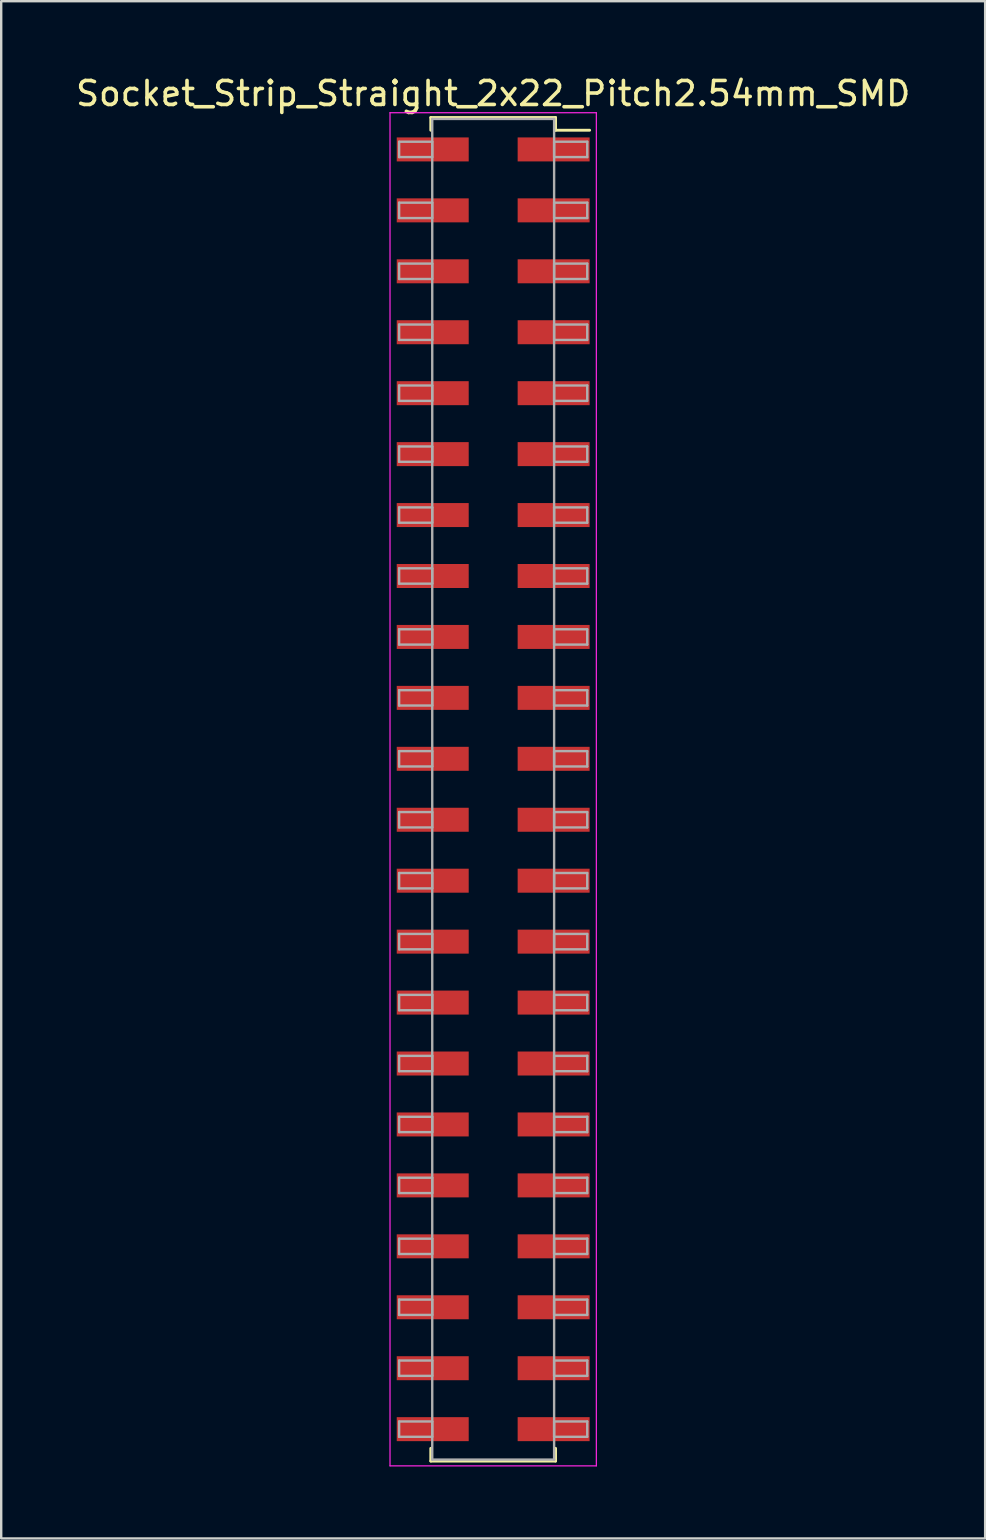
<source format=kicad_pcb>
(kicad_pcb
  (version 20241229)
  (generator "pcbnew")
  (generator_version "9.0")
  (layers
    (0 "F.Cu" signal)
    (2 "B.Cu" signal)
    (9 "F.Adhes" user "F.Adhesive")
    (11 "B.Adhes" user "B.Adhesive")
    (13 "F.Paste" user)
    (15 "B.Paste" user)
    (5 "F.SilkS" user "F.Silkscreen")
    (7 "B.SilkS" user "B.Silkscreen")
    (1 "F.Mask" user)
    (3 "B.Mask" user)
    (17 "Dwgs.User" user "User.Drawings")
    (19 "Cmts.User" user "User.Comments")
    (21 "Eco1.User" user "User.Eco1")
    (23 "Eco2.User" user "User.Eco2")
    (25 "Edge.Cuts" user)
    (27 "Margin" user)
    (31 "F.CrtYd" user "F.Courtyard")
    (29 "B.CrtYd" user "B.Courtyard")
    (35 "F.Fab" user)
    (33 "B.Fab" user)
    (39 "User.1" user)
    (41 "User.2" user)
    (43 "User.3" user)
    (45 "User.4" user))
  (footprint "Socket_Strip_Straight_2x22_Pitch2.54mm_SMD"
    (layer "F.Cu")
    (at 17.506 29.848)
    (property "Reference" "Socket_Strip_Straight_2x22_Pitch2.54mm_SMD" (at 0 -29 0) (layer "F.SilkS") (effects (font (size 1 1) (thickness 0.15))))
    (attr smd)
    (fp_line (start -2.6 -28) (end 2.6 -28) (stroke (width 0.12) (type solid)) (layer "F.SilkS"))
    (fp_line (start -2.6 -27.47) (end -2.6 -28) (stroke (width 0.12) (type solid)) (layer "F.SilkS"))
    (fp_line (start -2.6 27.47) (end -2.6 28) (stroke (width 0.12) (type solid)) (layer "F.SilkS"))
    (fp_line (start -2.6 28) (end 2.6 28) (stroke (width 0.12) (type solid)) (layer "F.SilkS"))
    (fp_line (start 2.6 -28) (end 2.6 -27.47) (stroke (width 0.12) (type solid)) (layer "F.SilkS"))
    (fp_line (start 2.6 28) (end 2.6 27.47) (stroke (width 0.12) (type solid)) (layer "F.SilkS"))
    (fp_line (start 4.02 -27.47) (end 2.6 -27.47) (stroke (width 0.12) (type solid)) (layer "F.SilkS"))
    (fp_line (start -4.3 -28.2) (end -4.3 28.2) (stroke (width 0.05) (type solid)) (layer "F.CrtYd"))
    (fp_line (start -4.3 28.2) (end 4.3 28.2) (stroke (width 0.05) (type solid)) (layer "F.CrtYd"))
    (fp_line (start 4.3 -28.2) (end -4.3 -28.2) (stroke (width 0.05) (type solid)) (layer "F.CrtYd"))
    (fp_line (start 4.3 28.2) (end 4.3 -28.2) (stroke (width 0.05) (type solid)) (layer "F.CrtYd"))
    (fp_line (start -3.92 -26.99) (end -2.54 -26.99) (stroke (width 0.1) (type solid)) (layer "F.Fab"))
    (fp_line (start -3.92 -26.35) (end -3.92 -26.99) (stroke (width 0.1) (type solid)) (layer "F.Fab"))
    (fp_line (start -3.92 -24.45) (end -2.54 -24.45) (stroke (width 0.1) (type solid)) (layer "F.Fab"))
    (fp_line (start -3.92 -23.81) (end -3.92 -24.45) (stroke (width 0.1) (type solid)) (layer "F.Fab"))
    (fp_line (start -3.92 -21.91) (end -2.54 -21.91) (stroke (width 0.1) (type solid)) (layer "F.Fab"))
    (fp_line (start -3.92 -21.27) (end -3.92 -21.91) (stroke (width 0.1) (type solid)) (layer "F.Fab"))
    (fp_line (start -3.92 -19.37) (end -2.54 -19.37) (stroke (width 0.1) (type solid)) (layer "F.Fab"))
    (fp_line (start -3.92 -18.73) (end -3.92 -19.37) (stroke (width 0.1) (type solid)) (layer "F.Fab"))
    (fp_line (start -3.92 -16.83) (end -2.54 -16.83) (stroke (width 0.1) (type solid)) (layer "F.Fab"))
    (fp_line (start -3.92 -16.19) (end -3.92 -16.83) (stroke (width 0.1) (type solid)) (layer "F.Fab"))
    (fp_line (start -3.92 -14.29) (end -2.54 -14.29) (stroke (width 0.1) (type solid)) (layer "F.Fab"))
    (fp_line (start -3.92 -13.65) (end -3.92 -14.29) (stroke (width 0.1) (type solid)) (layer "F.Fab"))
    (fp_line (start -3.92 -11.75) (end -2.54 -11.75) (stroke (width 0.1) (type solid)) (layer "F.Fab"))
    (fp_line (start -3.92 -11.11) (end -3.92 -11.75) (stroke (width 0.1) (type solid)) (layer "F.Fab"))
    (fp_line (start -3.92 -9.21) (end -2.54 -9.21) (stroke (width 0.1) (type solid)) (layer "F.Fab"))
    (fp_line (start -3.92 -8.57) (end -3.92 -9.21) (stroke (width 0.1) (type solid)) (layer "F.Fab"))
    (fp_line (start -3.92 -6.67) (end -2.54 -6.67) (stroke (width 0.1) (type solid)) (layer "F.Fab"))
    (fp_line (start -3.92 -6.03) (end -3.92 -6.67) (stroke (width 0.1) (type solid)) (layer "F.Fab"))
    (fp_line (start -3.92 -4.13) (end -2.54 -4.13) (stroke (width 0.1) (type solid)) (layer "F.Fab"))
    (fp_line (start -3.92 -3.49) (end -3.92 -4.13) (stroke (width 0.1) (type solid)) (layer "F.Fab"))
    (fp_line (start -3.92 -1.59) (end -2.54 -1.59) (stroke (width 0.1) (type solid)) (layer "F.Fab"))
    (fp_line (start -3.92 -0.95) (end -3.92 -1.59) (stroke (width 0.1) (type solid)) (layer "F.Fab"))
    (fp_line (start -3.92 0.95) (end -2.54 0.95) (stroke (width 0.1) (type solid)) (layer "F.Fab"))
    (fp_line (start -3.92 1.59) (end -3.92 0.95) (stroke (width 0.1) (type solid)) (layer "F.Fab"))
    (fp_line (start -3.92 3.49) (end -2.54 3.49) (stroke (width 0.1) (type solid)) (layer "F.Fab"))
    (fp_line (start -3.92 4.13) (end -3.92 3.49) (stroke (width 0.1) (type solid)) (layer "F.Fab"))
    (fp_line (start -3.92 6.03) (end -2.54 6.03) (stroke (width 0.1) (type solid)) (layer "F.Fab"))
    (fp_line (start -3.92 6.67) (end -3.92 6.03) (stroke (width 0.1) (type solid)) (layer "F.Fab"))
    (fp_line (start -3.92 8.57) (end -2.54 8.57) (stroke (width 0.1) (type solid)) (layer "F.Fab"))
    (fp_line (start -3.92 9.21) (end -3.92 8.57) (stroke (width 0.1) (type solid)) (layer "F.Fab"))
    (fp_line (start -3.92 11.11) (end -2.54 11.11) (stroke (width 0.1) (type solid)) (layer "F.Fab"))
    (fp_line (start -3.92 11.75) (end -3.92 11.11) (stroke (width 0.1) (type solid)) (layer "F.Fab"))
    (fp_line (start -3.92 13.65) (end -2.54 13.65) (stroke (width 0.1) (type solid)) (layer "F.Fab"))
    (fp_line (start -3.92 14.29) (end -3.92 13.65) (stroke (width 0.1) (type solid)) (layer "F.Fab"))
    (fp_line (start -3.92 16.19) (end -2.54 16.19) (stroke (width 0.1) (type solid)) (layer "F.Fab"))
    (fp_line (start -3.92 16.83) (end -3.92 16.19) (stroke (width 0.1) (type solid)) (layer "F.Fab"))
    (fp_line (start -3.92 18.73) (end -2.54 18.73) (stroke (width 0.1) (type solid)) (layer "F.Fab"))
    (fp_line (start -3.92 19.37) (end -3.92 18.73) (stroke (width 0.1) (type solid)) (layer "F.Fab"))
    (fp_line (start -3.92 21.27) (end -2.54 21.27) (stroke (width 0.1) (type solid)) (layer "F.Fab"))
    (fp_line (start -3.92 21.91) (end -3.92 21.27) (stroke (width 0.1) (type solid)) (layer "F.Fab"))
    (fp_line (start -3.92 23.81) (end -2.54 23.81) (stroke (width 0.1) (type solid)) (layer "F.Fab"))
    (fp_line (start -3.92 24.45) (end -3.92 23.81) (stroke (width 0.1) (type solid)) (layer "F.Fab"))
    (fp_line (start -3.92 26.35) (end -2.54 26.35) (stroke (width 0.1) (type solid)) (layer "F.Fab"))
    (fp_line (start -3.92 26.99) (end -3.92 26.35) (stroke (width 0.1) (type solid)) (layer "F.Fab"))
    (fp_line (start -2.54 -27.94) (end -2.54 27.94) (stroke (width 0.1) (type solid)) (layer "F.Fab"))
    (fp_line (start -2.54 -26.99) (end -2.54 -26.35) (stroke (width 0.1) (type solid)) (layer "F.Fab"))
    (fp_line (start -2.54 -26.35) (end -3.92 -26.35) (stroke (width 0.1) (type solid)) (layer "F.Fab"))
    (fp_line (start -2.54 -24.45) (end -2.54 -23.81) (stroke (width 0.1) (type solid)) (layer "F.Fab"))
    (fp_line (start -2.54 -23.81) (end -3.92 -23.81) (stroke (width 0.1) (type solid)) (layer "F.Fab"))
    (fp_line (start -2.54 -21.91) (end -2.54 -21.27) (stroke (width 0.1) (type solid)) (layer "F.Fab"))
    (fp_line (start -2.54 -21.27) (end -3.92 -21.27) (stroke (width 0.1) (type solid)) (layer "F.Fab"))
    (fp_line (start -2.54 -19.37) (end -2.54 -18.73) (stroke (width 0.1) (type solid)) (layer "F.Fab"))
    (fp_line (start -2.54 -18.73) (end -3.92 -18.73) (stroke (width 0.1) (type solid)) (layer "F.Fab"))
    (fp_line (start -2.54 -16.83) (end -2.54 -16.19) (stroke (width 0.1) (type solid)) (layer "F.Fab"))
    (fp_line (start -2.54 -16.19) (end -3.92 -16.19) (stroke (width 0.1) (type solid)) (layer "F.Fab"))
    (fp_line (start -2.54 -14.29) (end -2.54 -13.65) (stroke (width 0.1) (type solid)) (layer "F.Fab"))
    (fp_line (start -2.54 -13.65) (end -3.92 -13.65) (stroke (width 0.1) (type solid)) (layer "F.Fab"))
    (fp_line (start -2.54 -11.75) (end -2.54 -11.11) (stroke (width 0.1) (type solid)) (layer "F.Fab"))
    (fp_line (start -2.54 -11.11) (end -3.92 -11.11) (stroke (width 0.1) (type solid)) (layer "F.Fab"))
    (fp_line (start -2.54 -9.21) (end -2.54 -8.57) (stroke (width 0.1) (type solid)) (layer "F.Fab"))
    (fp_line (start -2.54 -8.57) (end -3.92 -8.57) (stroke (width 0.1) (type solid)) (layer "F.Fab"))
    (fp_line (start -2.54 -6.67) (end -2.54 -6.03) (stroke (width 0.1) (type solid)) (layer "F.Fab"))
    (fp_line (start -2.54 -6.03) (end -3.92 -6.03) (stroke (width 0.1) (type solid)) (layer "F.Fab"))
    (fp_line (start -2.54 -4.13) (end -2.54 -3.49) (stroke (width 0.1) (type solid)) (layer "F.Fab"))
    (fp_line (start -2.54 -3.49) (end -3.92 -3.49) (stroke (width 0.1) (type solid)) (layer "F.Fab"))
    (fp_line (start -2.54 -1.59) (end -2.54 -0.95) (stroke (width 0.1) (type solid)) (layer "F.Fab"))
    (fp_line (start -2.54 -0.95) (end -3.92 -0.95) (stroke (width 0.1) (type solid)) (layer "F.Fab"))
    (fp_line (start -2.54 0.95) (end -2.54 1.59) (stroke (width 0.1) (type solid)) (layer "F.Fab"))
    (fp_line (start -2.54 1.59) (end -3.92 1.59) (stroke (width 0.1) (type solid)) (layer "F.Fab"))
    (fp_line (start -2.54 3.49) (end -2.54 4.13) (stroke (width 0.1) (type solid)) (layer "F.Fab"))
    (fp_line (start -2.54 4.13) (end -3.92 4.13) (stroke (width 0.1) (type solid)) (layer "F.Fab"))
    (fp_line (start -2.54 6.03) (end -2.54 6.67) (stroke (width 0.1) (type solid)) (layer "F.Fab"))
    (fp_line (start -2.54 6.67) (end -3.92 6.67) (stroke (width 0.1) (type solid)) (layer "F.Fab"))
    (fp_line (start -2.54 8.57) (end -2.54 9.21) (stroke (width 0.1) (type solid)) (layer "F.Fab"))
    (fp_line (start -2.54 9.21) (end -3.92 9.21) (stroke (width 0.1) (type solid)) (layer "F.Fab"))
    (fp_line (start -2.54 11.11) (end -2.54 11.75) (stroke (width 0.1) (type solid)) (layer "F.Fab"))
    (fp_line (start -2.54 11.75) (end -3.92 11.75) (stroke (width 0.1) (type solid)) (layer "F.Fab"))
    (fp_line (start -2.54 13.65) (end -2.54 14.29) (stroke (width 0.1) (type solid)) (layer "F.Fab"))
    (fp_line (start -2.54 14.29) (end -3.92 14.29) (stroke (width 0.1) (type solid)) (layer "F.Fab"))
    (fp_line (start -2.54 16.19) (end -2.54 16.83) (stroke (width 0.1) (type solid)) (layer "F.Fab"))
    (fp_line (start -2.54 16.83) (end -3.92 16.83) (stroke (width 0.1) (type solid)) (layer "F.Fab"))
    (fp_line (start -2.54 18.73) (end -2.54 19.37) (stroke (width 0.1) (type solid)) (layer "F.Fab"))
    (fp_line (start -2.54 19.37) (end -3.92 19.37) (stroke (width 0.1) (type solid)) (layer "F.Fab"))
    (fp_line (start -2.54 21.27) (end -2.54 21.91) (stroke (width 0.1) (type solid)) (layer "F.Fab"))
    (fp_line (start -2.54 21.91) (end -3.92 21.91) (stroke (width 0.1) (type solid)) (layer "F.Fab"))
    (fp_line (start -2.54 23.81) (end -2.54 24.45) (stroke (width 0.1) (type solid)) (layer "F.Fab"))
    (fp_line (start -2.54 24.45) (end -3.92 24.45) (stroke (width 0.1) (type solid)) (layer "F.Fab"))
    (fp_line (start -2.54 26.35) (end -2.54 26.99) (stroke (width 0.1) (type solid)) (layer "F.Fab"))
    (fp_line (start -2.54 26.99) (end -3.92 26.99) (stroke (width 0.1) (type solid)) (layer "F.Fab"))
    (fp_line (start -2.54 27.94) (end 2.54 27.94) (stroke (width 0.1) (type solid)) (layer "F.Fab"))
    (fp_line (start 2.54 -27.94) (end -2.54 -27.94) (stroke (width 0.1) (type solid)) (layer "F.Fab"))
    (fp_line (start 2.54 -26.99) (end 2.54 -26.35) (stroke (width 0.1) (type solid)) (layer "F.Fab"))
    (fp_line (start 2.54 -26.35) (end 3.92 -26.35) (stroke (width 0.1) (type solid)) (layer "F.Fab"))
    (fp_line (start 2.54 -24.45) (end 2.54 -23.81) (stroke (width 0.1) (type solid)) (layer "F.Fab"))
    (fp_line (start 2.54 -23.81) (end 3.92 -23.81) (stroke (width 0.1) (type solid)) (layer "F.Fab"))
    (fp_line (start 2.54 -21.91) (end 2.54 -21.27) (stroke (width 0.1) (type solid)) (layer "F.Fab"))
    (fp_line (start 2.54 -21.27) (end 3.92 -21.27) (stroke (width 0.1) (type solid)) (layer "F.Fab"))
    (fp_line (start 2.54 -19.37) (end 2.54 -18.73) (stroke (width 0.1) (type solid)) (layer "F.Fab"))
    (fp_line (start 2.54 -18.73) (end 3.92 -18.73) (stroke (width 0.1) (type solid)) (layer "F.Fab"))
    (fp_line (start 2.54 -16.83) (end 2.54 -16.19) (stroke (width 0.1) (type solid)) (layer "F.Fab"))
    (fp_line (start 2.54 -16.19) (end 3.92 -16.19) (stroke (width 0.1) (type solid)) (layer "F.Fab"))
    (fp_line (start 2.54 -14.29) (end 2.54 -13.65) (stroke (width 0.1) (type solid)) (layer "F.Fab"))
    (fp_line (start 2.54 -13.65) (end 3.92 -13.65) (stroke (width 0.1) (type solid)) (layer "F.Fab"))
    (fp_line (start 2.54 -11.75) (end 2.54 -11.11) (stroke (width 0.1) (type solid)) (layer "F.Fab"))
    (fp_line (start 2.54 -11.11) (end 3.92 -11.11) (stroke (width 0.1) (type solid)) (layer "F.Fab"))
    (fp_line (start 2.54 -9.21) (end 2.54 -8.57) (stroke (width 0.1) (type solid)) (layer "F.Fab"))
    (fp_line (start 2.54 -8.57) (end 3.92 -8.57) (stroke (width 0.1) (type solid)) (layer "F.Fab"))
    (fp_line (start 2.54 -6.67) (end 2.54 -6.03) (stroke (width 0.1) (type solid)) (layer "F.Fab"))
    (fp_line (start 2.54 -6.03) (end 3.92 -6.03) (stroke (width 0.1) (type solid)) (layer "F.Fab"))
    (fp_line (start 2.54 -4.13) (end 2.54 -3.49) (stroke (width 0.1) (type solid)) (layer "F.Fab"))
    (fp_line (start 2.54 -3.49) (end 3.92 -3.49) (stroke (width 0.1) (type solid)) (layer "F.Fab"))
    (fp_line (start 2.54 -1.59) (end 2.54 -0.95) (stroke (width 0.1) (type solid)) (layer "F.Fab"))
    (fp_line (start 2.54 -0.95) (end 3.92 -0.95) (stroke (width 0.1) (type solid)) (layer "F.Fab"))
    (fp_line (start 2.54 0.95) (end 2.54 1.59) (stroke (width 0.1) (type solid)) (layer "F.Fab"))
    (fp_line (start 2.54 1.59) (end 3.92 1.59) (stroke (width 0.1) (type solid)) (layer "F.Fab"))
    (fp_line (start 2.54 3.49) (end 2.54 4.13) (stroke (width 0.1) (type solid)) (layer "F.Fab"))
    (fp_line (start 2.54 4.13) (end 3.92 4.13) (stroke (width 0.1) (type solid)) (layer "F.Fab"))
    (fp_line (start 2.54 6.03) (end 2.54 6.67) (stroke (width 0.1) (type solid)) (layer "F.Fab"))
    (fp_line (start 2.54 6.67) (end 3.92 6.67) (stroke (width 0.1) (type solid)) (layer "F.Fab"))
    (fp_line (start 2.54 8.57) (end 2.54 9.21) (stroke (width 0.1) (type solid)) (layer "F.Fab"))
    (fp_line (start 2.54 9.21) (end 3.92 9.21) (stroke (width 0.1) (type solid)) (layer "F.Fab"))
    (fp_line (start 2.54 11.11) (end 2.54 11.75) (stroke (width 0.1) (type solid)) (layer "F.Fab"))
    (fp_line (start 2.54 11.75) (end 3.92 11.75) (stroke (width 0.1) (type solid)) (layer "F.Fab"))
    (fp_line (start 2.54 13.65) (end 2.54 14.29) (stroke (width 0.1) (type solid)) (layer "F.Fab"))
    (fp_line (start 2.54 14.29) (end 3.92 14.29) (stroke (width 0.1) (type solid)) (layer "F.Fab"))
    (fp_line (start 2.54 16.19) (end 2.54 16.83) (stroke (width 0.1) (type solid)) (layer "F.Fab"))
    (fp_line (start 2.54 16.83) (end 3.92 16.83) (stroke (width 0.1) (type solid)) (layer "F.Fab"))
    (fp_line (start 2.54 18.73) (end 2.54 19.37) (stroke (width 0.1) (type solid)) (layer "F.Fab"))
    (fp_line (start 2.54 19.37) (end 3.92 19.37) (stroke (width 0.1) (type solid)) (layer "F.Fab"))
    (fp_line (start 2.54 21.27) (end 2.54 21.91) (stroke (width 0.1) (type solid)) (layer "F.Fab"))
    (fp_line (start 2.54 21.91) (end 3.92 21.91) (stroke (width 0.1) (type solid)) (layer "F.Fab"))
    (fp_line (start 2.54 23.81) (end 2.54 24.45) (stroke (width 0.1) (type solid)) (layer "F.Fab"))
    (fp_line (start 2.54 24.45) (end 3.92 24.45) (stroke (width 0.1) (type solid)) (layer "F.Fab"))
    (fp_line (start 2.54 26.35) (end 2.54 26.99) (stroke (width 0.1) (type solid)) (layer "F.Fab"))
    (fp_line (start 2.54 26.99) (end 3.92 26.99) (stroke (width 0.1) (type solid)) (layer "F.Fab"))
    (fp_line (start 2.54 27.94) (end 2.54 -27.94) (stroke (width 0.1) (type solid)) (layer "F.Fab"))
    (fp_line (start 3.92 -26.99) (end 2.54 -26.99) (stroke (width 0.1) (type solid)) (layer "F.Fab"))
    (fp_line (start 3.92 -26.35) (end 3.92 -26.99) (stroke (width 0.1) (type solid)) (layer "F.Fab"))
    (fp_line (start 3.92 -24.45) (end 2.54 -24.45) (stroke (width 0.1) (type solid)) (layer "F.Fab"))
    (fp_line (start 3.92 -23.81) (end 3.92 -24.45) (stroke (width 0.1) (type solid)) (layer "F.Fab"))
    (fp_line (start 3.92 -21.91) (end 2.54 -21.91) (stroke (width 0.1) (type solid)) (layer "F.Fab"))
    (fp_line (start 3.92 -21.27) (end 3.92 -21.91) (stroke (width 0.1) (type solid)) (layer "F.Fab"))
    (fp_line (start 3.92 -19.37) (end 2.54 -19.37) (stroke (width 0.1) (type solid)) (layer "F.Fab"))
    (fp_line (start 3.92 -18.73) (end 3.92 -19.37) (stroke (width 0.1) (type solid)) (layer "F.Fab"))
    (fp_line (start 3.92 -16.83) (end 2.54 -16.83) (stroke (width 0.1) (type solid)) (layer "F.Fab"))
    (fp_line (start 3.92 -16.19) (end 3.92 -16.83) (stroke (width 0.1) (type solid)) (layer "F.Fab"))
    (fp_line (start 3.92 -14.29) (end 2.54 -14.29) (stroke (width 0.1) (type solid)) (layer "F.Fab"))
    (fp_line (start 3.92 -13.65) (end 3.92 -14.29) (stroke (width 0.1) (type solid)) (layer "F.Fab"))
    (fp_line (start 3.92 -11.75) (end 2.54 -11.75) (stroke (width 0.1) (type solid)) (layer "F.Fab"))
    (fp_line (start 3.92 -11.11) (end 3.92 -11.75) (stroke (width 0.1) (type solid)) (layer "F.Fab"))
    (fp_line (start 3.92 -9.21) (end 2.54 -9.21) (stroke (width 0.1) (type solid)) (layer "F.Fab"))
    (fp_line (start 3.92 -8.57) (end 3.92 -9.21) (stroke (width 0.1) (type solid)) (layer "F.Fab"))
    (fp_line (start 3.92 -6.67) (end 2.54 -6.67) (stroke (width 0.1) (type solid)) (layer "F.Fab"))
    (fp_line (start 3.92 -6.03) (end 3.92 -6.67) (stroke (width 0.1) (type solid)) (layer "F.Fab"))
    (fp_line (start 3.92 -4.13) (end 2.54 -4.13) (stroke (width 0.1) (type solid)) (layer "F.Fab"))
    (fp_line (start 3.92 -3.49) (end 3.92 -4.13) (stroke (width 0.1) (type solid)) (layer "F.Fab"))
    (fp_line (start 3.92 -1.59) (end 2.54 -1.59) (stroke (width 0.1) (type solid)) (layer "F.Fab"))
    (fp_line (start 3.92 -0.95) (end 3.92 -1.59) (stroke (width 0.1) (type solid)) (layer "F.Fab"))
    (fp_line (start 3.92 0.95) (end 2.54 0.95) (stroke (width 0.1) (type solid)) (layer "F.Fab"))
    (fp_line (start 3.92 1.59) (end 3.92 0.95) (stroke (width 0.1) (type solid)) (layer "F.Fab"))
    (fp_line (start 3.92 3.49) (end 2.54 3.49) (stroke (width 0.1) (type solid)) (layer "F.Fab"))
    (fp_line (start 3.92 4.13) (end 3.92 3.49) (stroke (width 0.1) (type solid)) (layer "F.Fab"))
    (fp_line (start 3.92 6.03) (end 2.54 6.03) (stroke (width 0.1) (type solid)) (layer "F.Fab"))
    (fp_line (start 3.92 6.67) (end 3.92 6.03) (stroke (width 0.1) (type solid)) (layer "F.Fab"))
    (fp_line (start 3.92 8.57) (end 2.54 8.57) (stroke (width 0.1) (type solid)) (layer "F.Fab"))
    (fp_line (start 3.92 9.21) (end 3.92 8.57) (stroke (width 0.1) (type solid)) (layer "F.Fab"))
    (fp_line (start 3.92 11.11) (end 2.54 11.11) (stroke (width 0.1) (type solid)) (layer "F.Fab"))
    (fp_line (start 3.92 11.75) (end 3.92 11.11) (stroke (width 0.1) (type solid)) (layer "F.Fab"))
    (fp_line (start 3.92 13.65) (end 2.54 13.65) (stroke (width 0.1) (type solid)) (layer "F.Fab"))
    (fp_line (start 3.92 14.29) (end 3.92 13.65) (stroke (width 0.1) (type solid)) (layer "F.Fab"))
    (fp_line (start 3.92 16.19) (end 2.54 16.19) (stroke (width 0.1) (type solid)) (layer "F.Fab"))
    (fp_line (start 3.92 16.83) (end 3.92 16.19) (stroke (width 0.1) (type solid)) (layer "F.Fab"))
    (fp_line (start 3.92 18.73) (end 2.54 18.73) (stroke (width 0.1) (type solid)) (layer "F.Fab"))
    (fp_line (start 3.92 19.37) (end 3.92 18.73) (stroke (width 0.1) (type solid)) (layer "F.Fab"))
    (fp_line (start 3.92 21.27) (end 2.54 21.27) (stroke (width 0.1) (type solid)) (layer "F.Fab"))
    (fp_line (start 3.92 21.91) (end 3.92 21.27) (stroke (width 0.1) (type solid)) (layer "F.Fab"))
    (fp_line (start 3.92 23.81) (end 2.54 23.81) (stroke (width 0.1) (type solid)) (layer "F.Fab"))
    (fp_line (start 3.92 24.45) (end 3.92 23.81) (stroke (width 0.1) (type solid)) (layer "F.Fab"))
    (fp_line (start 3.92 26.35) (end 2.54 26.35) (stroke (width 0.1) (type solid)) (layer "F.Fab"))
    (fp_line (start 3.92 26.99) (end 3.92 26.35) (stroke (width 0.1) (type solid)) (layer "F.Fab"))
    (pad "1" smd rect (at 2.52 -26.67) (size 3 1) (layers "F.Cu" "F.Mask"))
    (pad "2" smd rect (at -2.52 -26.67) (size 3 1) (layers "F.Cu" "F.Mask"))
    (pad "3" smd rect (at 2.52 -24.13) (size 3 1) (layers "F.Cu" "F.Mask"))
    (pad "4" smd rect (at -2.52 -24.13) (size 3 1) (layers "F.Cu" "F.Mask"))
    (pad "5" smd rect (at 2.52 -21.59) (size 3 1) (layers "F.Cu" "F.Mask"))
    (pad "6" smd rect (at -2.52 -21.59) (size 3 1) (layers "F.Cu" "F.Mask"))
    (pad "7" smd rect (at 2.52 -19.05) (size 3 1) (layers "F.Cu" "F.Mask"))
    (pad "8" smd rect (at -2.52 -19.05) (size 3 1) (layers "F.Cu" "F.Mask"))
    (pad "9" smd rect (at 2.52 -16.51) (size 3 1) (layers "F.Cu" "F.Mask"))
    (pad "10" smd rect (at -2.52 -16.51) (size 3 1) (layers "F.Cu" "F.Mask"))
    (pad "11" smd rect (at 2.52 -13.97) (size 3 1) (layers "F.Cu" "F.Mask"))
    (pad "12" smd rect (at -2.52 -13.97) (size 3 1) (layers "F.Cu" "F.Mask"))
    (pad "13" smd rect (at 2.52 -11.43) (size 3 1) (layers "F.Cu" "F.Mask"))
    (pad "14" smd rect (at -2.52 -11.43) (size 3 1) (layers "F.Cu" "F.Mask"))
    (pad "15" smd rect (at 2.52 -8.89) (size 3 1) (layers "F.Cu" "F.Mask"))
    (pad "16" smd rect (at -2.52 -8.89) (size 3 1) (layers "F.Cu" "F.Mask"))
    (pad "17" smd rect (at 2.52 -6.35) (size 3 1) (layers "F.Cu" "F.Mask"))
    (pad "18" smd rect (at -2.52 -6.35) (size 3 1) (layers "F.Cu" "F.Mask"))
    (pad "19" smd rect (at 2.52 -3.81) (size 3 1) (layers "F.Cu" "F.Mask"))
    (pad "20" smd rect (at -2.52 -3.81) (size 3 1) (layers "F.Cu" "F.Mask"))
    (pad "21" smd rect (at 2.52 -1.27) (size 3 1) (layers "F.Cu" "F.Mask"))
    (pad "22" smd rect (at -2.52 -1.27) (size 3 1) (layers "F.Cu" "F.Mask"))
    (pad "23" smd rect (at 2.52 1.27) (size 3 1) (layers "F.Cu" "F.Mask"))
    (pad "24" smd rect (at -2.52 1.27) (size 3 1) (layers "F.Cu" "F.Mask"))
    (pad "25" smd rect (at 2.52 3.81) (size 3 1) (layers "F.Cu" "F.Mask"))
    (pad "26" smd rect (at -2.52 3.81) (size 3 1) (layers "F.Cu" "F.Mask"))
    (pad "27" smd rect (at 2.52 6.35) (size 3 1) (layers "F.Cu" "F.Mask"))
    (pad "28" smd rect (at -2.52 6.35) (size 3 1) (layers "F.Cu" "F.Mask"))
    (pad "29" smd rect (at 2.52 8.89) (size 3 1) (layers "F.Cu" "F.Mask"))
    (pad "30" smd rect (at -2.52 8.89) (size 3 1) (layers "F.Cu" "F.Mask"))
    (pad "31" smd rect (at 2.52 11.43) (size 3 1) (layers "F.Cu" "F.Mask"))
    (pad "32" smd rect (at -2.52 11.43) (size 3 1) (layers "F.Cu" "F.Mask"))
    (pad "33" smd rect (at 2.52 13.97) (size 3 1) (layers "F.Cu" "F.Mask"))
    (pad "34" smd rect (at -2.52 13.97) (size 3 1) (layers "F.Cu" "F.Mask"))
    (pad "35" smd rect (at 2.52 16.51) (size 3 1) (layers "F.Cu" "F.Mask"))
    (pad "36" smd rect (at -2.52 16.51) (size 3 1) (layers "F.Cu" "F.Mask"))
    (pad "37" smd rect (at 2.52 19.05) (size 3 1) (layers "F.Cu" "F.Mask"))
    (pad "38" smd rect (at -2.52 19.05) (size 3 1) (layers "F.Cu" "F.Mask"))
    (pad "39" smd rect (at 2.52 21.59) (size 3 1) (layers "F.Cu" "F.Mask"))
    (pad "40" smd rect (at -2.52 21.59) (size 3 1) (layers "F.Cu" "F.Mask"))
    (pad "41" smd rect (at 2.52 24.13) (size 3 1) (layers "F.Cu" "F.Mask"))
    (pad "42" smd rect (at -2.52 24.13) (size 3 1) (layers "F.Cu" "F.Mask"))
    (pad "43" smd rect (at 2.52 26.67) (size 3 1) (layers "F.Cu" "F.Mask"))
    (pad "44" smd rect (at -2.52 26.67) (size 3 1) (layers "F.Cu" "F.Mask")))
  (gr_rect
    (start -3 -3)
    (end 38.012 61.073)
    (stroke (width 0.1) (type default))
    (fill no)
    (layer "Edge.Cuts")))
</source>
